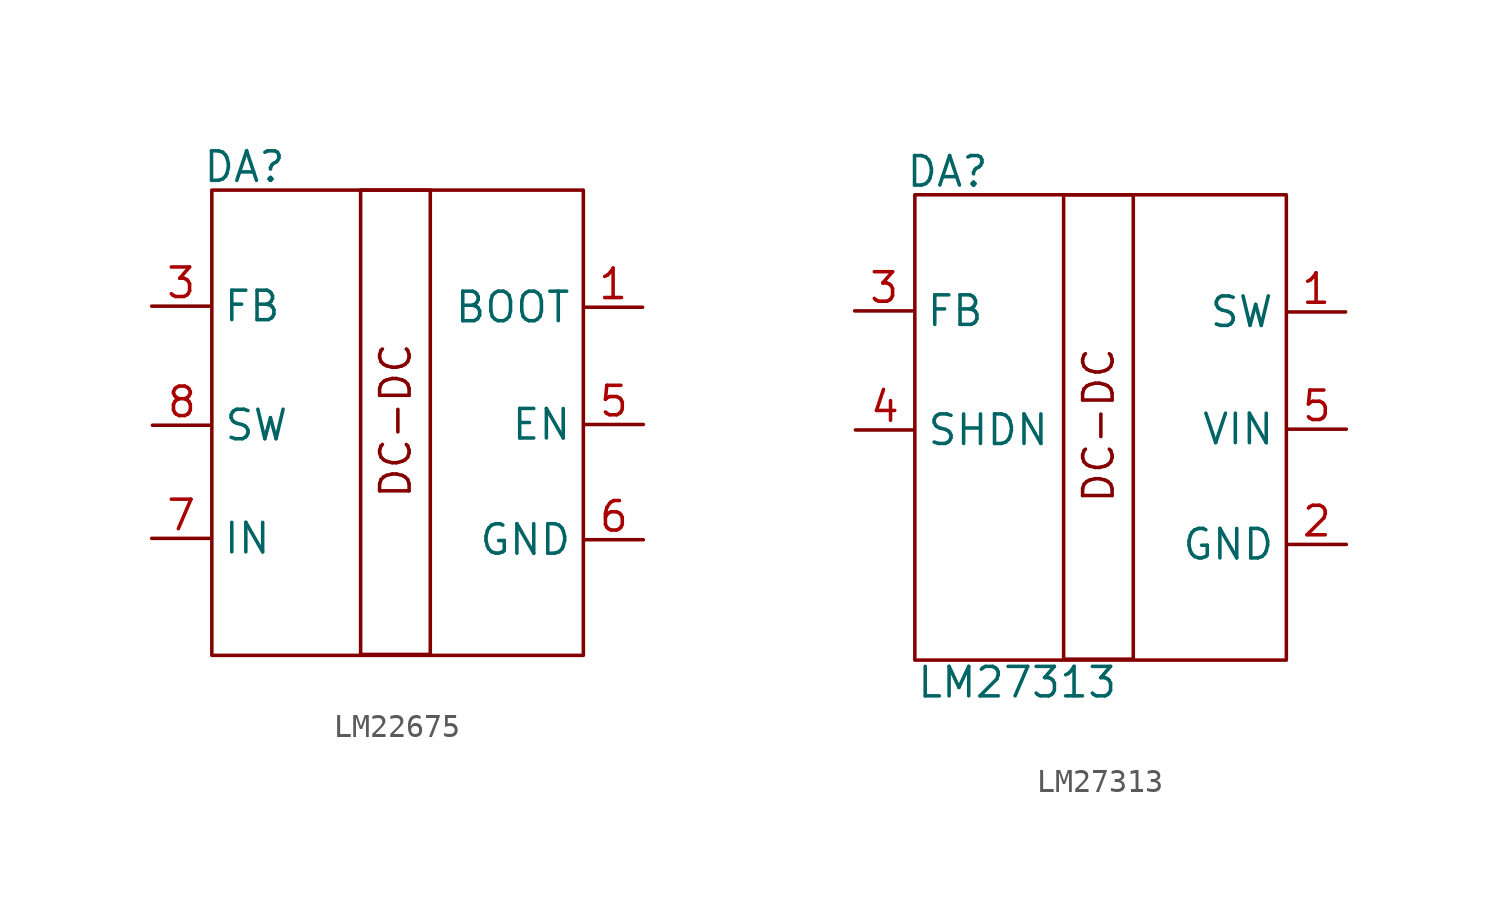
<source format=kicad_sym>
(kicad_symbol_lib
  (version 20231120)
  (generator "kicad_symbol_editor")
  (generator_version "8.0")
  (symbol "LM22675"
    (property "Reference" "DA"
      (at 4 6 0)
      (effects (font (size 1.27 1.27))))
    (property "Value" ""
      (at 0 0 0)
      (effects (font (size 1.27 1.27))))
    (symbol "LM22675_0_1"
      (rectangle (start 2.592 5) (end 18.592 -15.04) (stroke (width 0) (type default)) (fill (type none)))
      (rectangle (start 9 5) (end 12 -15) (stroke (width 0) (type default)) (fill (type none))))
    (symbol "LM22675_1_1"
      (text "DC-DC" (at 10.508 -4.928 900) (effects (font (size 1.27 1.27))))
      (pin output line (at 21.144 -0.045 180) (length 2.54) (name "BOOT" (effects (font (size 1.27 1.27)))) (number "1" (effects (font (size 1.27 1.27)))))
      (pin input line (at 0 0 0) (length 2.54) (name "FB" (effects (font (size 1.27 1.27)))) (number "3" (effects (font (size 1.27 1.27)))))
      (pin power_in line (at 21.176 -5.095 180) (length 2.54) (name "EN" (effects (font (size 1.27 1.27)))) (number "5" (effects (font (size 1.27 1.27)))))
      (pin power_in line (at 21.176 -10.058 180) (length 2.54) (name "GND" (effects (font (size 1.27 1.27)))) (number "6" (effects (font (size 1.27 1.27)))))
      (pin input line (at 0 -10 0) (length 2.54) (name "IN" (effects (font (size 1.27 1.27)))) (number "7" (effects (font (size 1.27 1.27)))))
      (pin input line (at 0.033 -5.128 0) (length 2.54) (name "SW" (effects (font (size 1.27 1.27)))) (number "8" (effects (font (size 1.27 1.27)))))))
  (symbol "LM27313"
    (property "Reference" "DA"
      (at 4 6 0)
      (effects (font (size 1.27 1.27))))
    (property "Value" "LM27313"
      (at 7 -16 0)
      (effects (font (size 1.27 1.27))))
    (symbol "LM27313_0_1"
      (rectangle (start 2.592 5) (end 18.592 -15.04) (stroke (width 0) (type default)) (fill (type none)))
      (rectangle (start 9 5) (end 12 -15) (stroke (width 0) (type default)) (fill (type none))))
    (symbol "LM27313_1_1"
      (text "DC-DC" (at 10.508 -4.928 900) (effects (font (size 1.27 1.27))))
      (pin output line (at 21.144 -0.045 180) (length 2.54) (name "SW" (effects (font (size 1.27 1.27)))) (number "1" (effects (font (size 1.27 1.27)))))
      (pin power_in line (at 21.176 -10.058 180) (length 2.54) (name "GND" (effects (font (size 1.27 1.27)))) (number "2" (effects (font (size 1.27 1.27)))))
      (pin input line (at 0 0 0) (length 2.54) (name "FB" (effects (font (size 1.27 1.27)))) (number "3" (effects (font (size 1.27 1.27)))))
      (pin input line (at 0.033 -5.128 0) (length 2.54) (name "SHDN" (effects (font (size 1.27 1.27)))) (number "4" (effects (font (size 1.27 1.27)))))
      (pin power_in line (at 21.176 -5.095 180) (length 2.54) (name "VIN" (effects (font (size 1.27 1.27)))) (number "5" (effects (font (size 1.27 1.27))))))))
</source>
